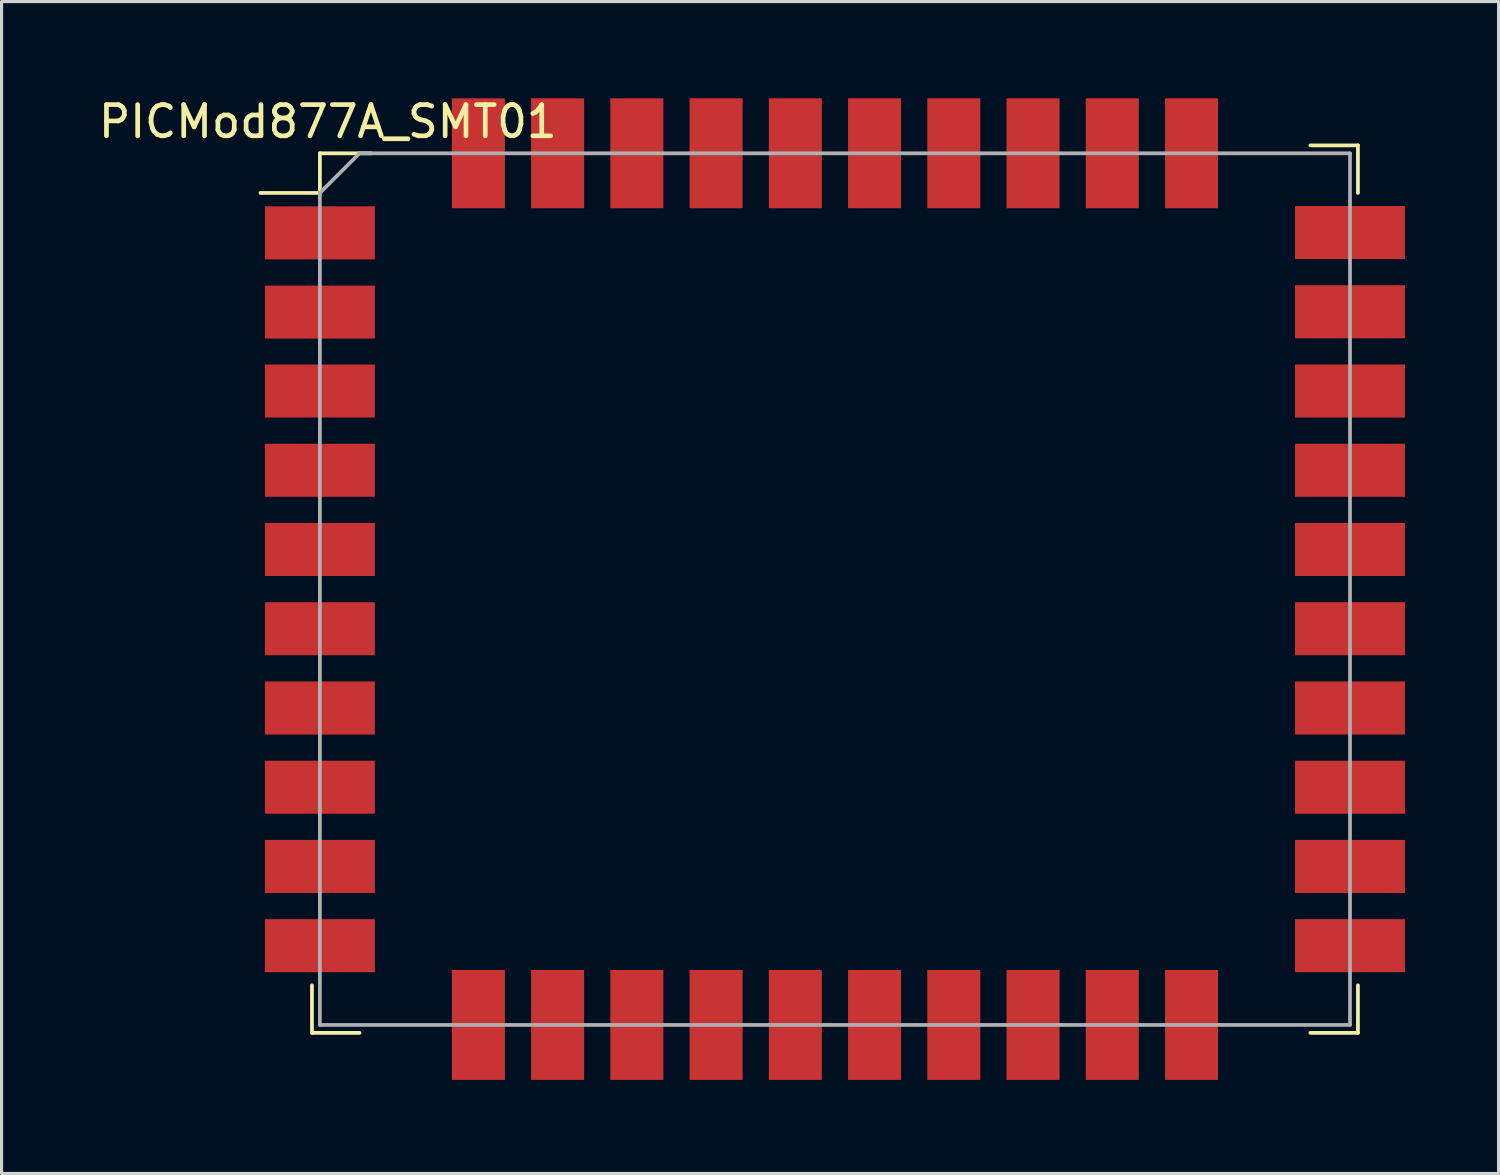
<source format=kicad_pcb>
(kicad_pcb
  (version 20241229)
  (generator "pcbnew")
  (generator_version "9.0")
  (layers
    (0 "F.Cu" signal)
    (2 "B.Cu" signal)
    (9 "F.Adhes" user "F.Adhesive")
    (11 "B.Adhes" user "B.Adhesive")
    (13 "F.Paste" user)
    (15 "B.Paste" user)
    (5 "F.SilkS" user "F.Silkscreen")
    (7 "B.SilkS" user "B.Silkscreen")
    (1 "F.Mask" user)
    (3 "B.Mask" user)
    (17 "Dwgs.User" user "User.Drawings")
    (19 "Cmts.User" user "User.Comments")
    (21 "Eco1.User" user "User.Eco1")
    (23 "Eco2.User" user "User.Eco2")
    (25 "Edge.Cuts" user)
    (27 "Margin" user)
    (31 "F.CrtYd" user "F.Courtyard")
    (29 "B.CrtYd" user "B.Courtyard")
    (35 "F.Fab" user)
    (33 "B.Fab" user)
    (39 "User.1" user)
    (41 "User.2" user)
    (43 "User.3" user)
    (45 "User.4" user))
  (footprint "PICMod877A_SMT01"
    (layer "F.Cu")
    (at 7.204 4.404)
    (property "Reference" "PICMod877A_SMT01" (at 0.254 -3.556 0) (layer "F.SilkS") (effects (font (size 1 1) (thickness 0.15))))
    (attr through_hole)
    (fp_line (start -0.254 25.654) (end -0.254 24.13) (stroke (width 0.12) (type solid)) (layer "F.SilkS"))
    (fp_line (start 0 -2.54) (end 0 -1.27) (stroke (width 0.12) (type solid)) (layer "F.SilkS"))
    (fp_line (start 0 -1.27) (end -1.905 -1.27) (stroke (width 0.12) (type solid)) (layer "F.SilkS"))
    (fp_line (start 1.27 25.654) (end -0.254 25.654) (stroke (width 0.12) (type solid)) (layer "F.SilkS"))
    (fp_line (start 1.651 -2.54) (end 0 -2.54) (stroke (width 0.12) (type solid)) (layer "F.SilkS"))
    (fp_line (start 31.75 25.654) (end 33.274 25.654) (stroke (width 0.12) (type solid)) (layer "F.SilkS"))
    (fp_line (start 33.274 -2.794) (end 31.75 -2.794) (stroke (width 0.12) (type solid)) (layer "F.SilkS"))
    (fp_line (start 33.274 -1.27) (end 33.274 -2.794) (stroke (width 0.12) (type solid)) (layer "F.SilkS"))
    (fp_line (start 33.274 25.654) (end 33.274 24.13) (stroke (width 0.12) (type solid)) (layer "F.SilkS"))
    (fp_line (start 0 -1.27) (end 0 25.4) (stroke (width 0.12) (type solid)) (layer "F.Fab"))
    (fp_line (start 0 25.4) (end 33.02 25.4) (stroke (width 0.12) (type solid)) (layer "F.Fab"))
    (fp_line (start 1.27 -2.54) (end 0 -1.27) (stroke (width 0.12) (type solid)) (layer "F.Fab"))
    (fp_line (start 33.02 -2.54) (end 1.27 -2.54) (stroke (width 0.12) (type solid)) (layer "F.Fab"))
    (fp_line (start 33.02 25.4) (end 33.02 -2.54) (stroke (width 0.12) (type solid)) (layer "F.Fab"))
    (pad "1" smd rect (at 0 0.01) (size 3.524 1.7) (layers "F.Cu" "F.Mask" "F.Paste"))
    (pad "2" smd rect (at 0 2.55) (size 3.524 1.7) (layers "F.Cu" "F.Mask" "F.Paste"))
    (pad "3" smd rect (at 0 5.08) (size 3.524 1.7) (layers "F.Cu" "F.Mask" "F.Paste"))
    (pad "4" smd rect (at 0 7.62) (size 3.524 1.7) (layers "F.Cu" "F.Mask" "F.Paste"))
    (pad "5" smd rect (at 0 10.16) (size 3.524 1.7) (layers "F.Cu" "F.Mask" "F.Paste"))
    (pad "6" smd rect (at 0 12.7) (size 3.524 1.7) (layers "F.Cu" "F.Mask" "F.Paste"))
    (pad "7" smd rect (at 0 15.24) (size 3.524 1.7) (layers "F.Cu" "F.Mask" "F.Paste"))
    (pad "8" smd rect (at 0 17.78) (size 3.524 1.7) (layers "F.Cu" "F.Mask" "F.Paste"))
    (pad "9" smd rect (at 0 20.32) (size 3.524 1.7) (layers "F.Cu" "F.Mask" "F.Paste"))
    (pad "10" smd rect (at 0 22.86) (size 3.524 1.7) (layers "F.Cu" "F.Mask" "F.Paste"))
    (pad "11" smd rect (at 5.08 25.4 90) (size 3.524 1.7) (layers "F.Cu" "F.Mask" "F.Paste"))
    (pad "12" smd rect (at 7.62 25.4 90) (size 3.524 1.7) (layers "F.Cu" "F.Mask" "F.Paste"))
    (pad "13" smd rect (at 10.16 25.4 90) (size 3.524 1.7) (layers "F.Cu" "F.Mask" "F.Paste"))
    (pad "14" smd rect (at 12.7 25.4 90) (size 3.524 1.7) (layers "F.Cu" "F.Mask" "F.Paste"))
    (pad "15" smd rect (at 15.24 25.4 90) (size 3.524 1.7) (layers "F.Cu" "F.Mask" "F.Paste"))
    (pad "16" smd rect (at 17.78 25.4 90) (size 3.524 1.7) (layers "F.Cu" "F.Mask" "F.Paste"))
    (pad "17" smd rect (at 20.32 25.4 90) (size 3.524 1.7) (layers "F.Cu" "F.Mask" "F.Paste"))
    (pad "18" smd rect (at 22.86 25.4 90) (size 3.524 1.7) (layers "F.Cu" "F.Mask" "F.Paste"))
    (pad "19" smd rect (at 25.4 25.4 90) (size 3.524 1.7) (layers "F.Cu" "F.Mask" "F.Paste"))
    (pad "20" smd rect (at 27.94 25.4 90) (size 3.524 1.7) (layers "F.Cu" "F.Mask" "F.Paste"))
    (pad "21" smd rect (at 33.02 22.86 180) (size 3.524 1.7) (layers "F.Cu" "F.Mask" "F.Paste"))
    (pad "22" smd rect (at 33.02 20.32 180) (size 3.524 1.7) (layers "F.Cu" "F.Mask" "F.Paste"))
    (pad "23" smd rect (at 33.02 17.78 180) (size 3.524 1.7) (layers "F.Cu" "F.Mask" "F.Paste"))
    (pad "24" smd rect (at 33.02 15.24 180) (size 3.524 1.7) (layers "F.Cu" "F.Mask" "F.Paste"))
    (pad "25" smd rect (at 33.02 12.7 180) (size 3.524 1.7) (layers "F.Cu" "F.Mask" "F.Paste"))
    (pad "26" smd rect (at 33.02 10.16 180) (size 3.524 1.7) (layers "F.Cu" "F.Mask" "F.Paste"))
    (pad "27" smd rect (at 33.02 7.62 180) (size 3.524 1.7) (layers "F.Cu" "F.Mask" "F.Paste"))
    (pad "28" smd rect (at 33.02 5.08 180) (size 3.524 1.7) (layers "F.Cu" "F.Mask" "F.Paste"))
    (pad "29" smd rect (at 33.02 2.54 180) (size 3.524 1.7) (layers "F.Cu" "F.Mask" "F.Paste"))
    (pad "30" smd rect (at 33.02 0 180) (size 3.524 1.7) (layers "F.Cu" "F.Mask" "F.Paste"))
    (pad "31" smd rect (at 27.94 -2.54 270) (size 3.524 1.7) (layers "F.Cu" "F.Mask" "F.Paste"))
    (pad "32" smd rect (at 25.4 -2.54 270) (size 3.524 1.7) (layers "F.Cu" "F.Mask" "F.Paste"))
    (pad "33" smd rect (at 22.86 -2.54 270) (size 3.524 1.7) (layers "F.Cu" "F.Mask" "F.Paste"))
    (pad "34" smd rect (at 20.32 -2.54 270) (size 3.524 1.7) (layers "F.Cu" "F.Mask" "F.Paste"))
    (pad "35" smd rect (at 17.78 -2.54 270) (size 3.524 1.7) (layers "F.Cu" "F.Mask" "F.Paste"))
    (pad "36" smd rect (at 15.24 -2.54 270) (size 3.524 1.7) (layers "F.Cu" "F.Mask" "F.Paste"))
    (pad "37" smd rect (at 12.7 -2.54 270) (size 3.524 1.7) (layers "F.Cu" "F.Mask" "F.Paste"))
    (pad "38" smd rect (at 10.16 -2.54 270) (size 3.524 1.7) (layers "F.Cu" "F.Mask" "F.Paste"))
    (pad "39" smd rect (at 7.62 -2.54 270) (size 3.524 1.7) (layers "F.Cu" "F.Mask" "F.Paste"))
    (pad "40" smd rect (at 5.08 -2.54 270) (size 3.524 1.7) (layers "F.Cu" "F.Mask" "F.Paste")))
  (gr_rect
    (start -3 -3)
    (end 44.986 34.566)
    (stroke (width 0.1) (type default))
    (fill no)
    (layer "Edge.Cuts")))
</source>
